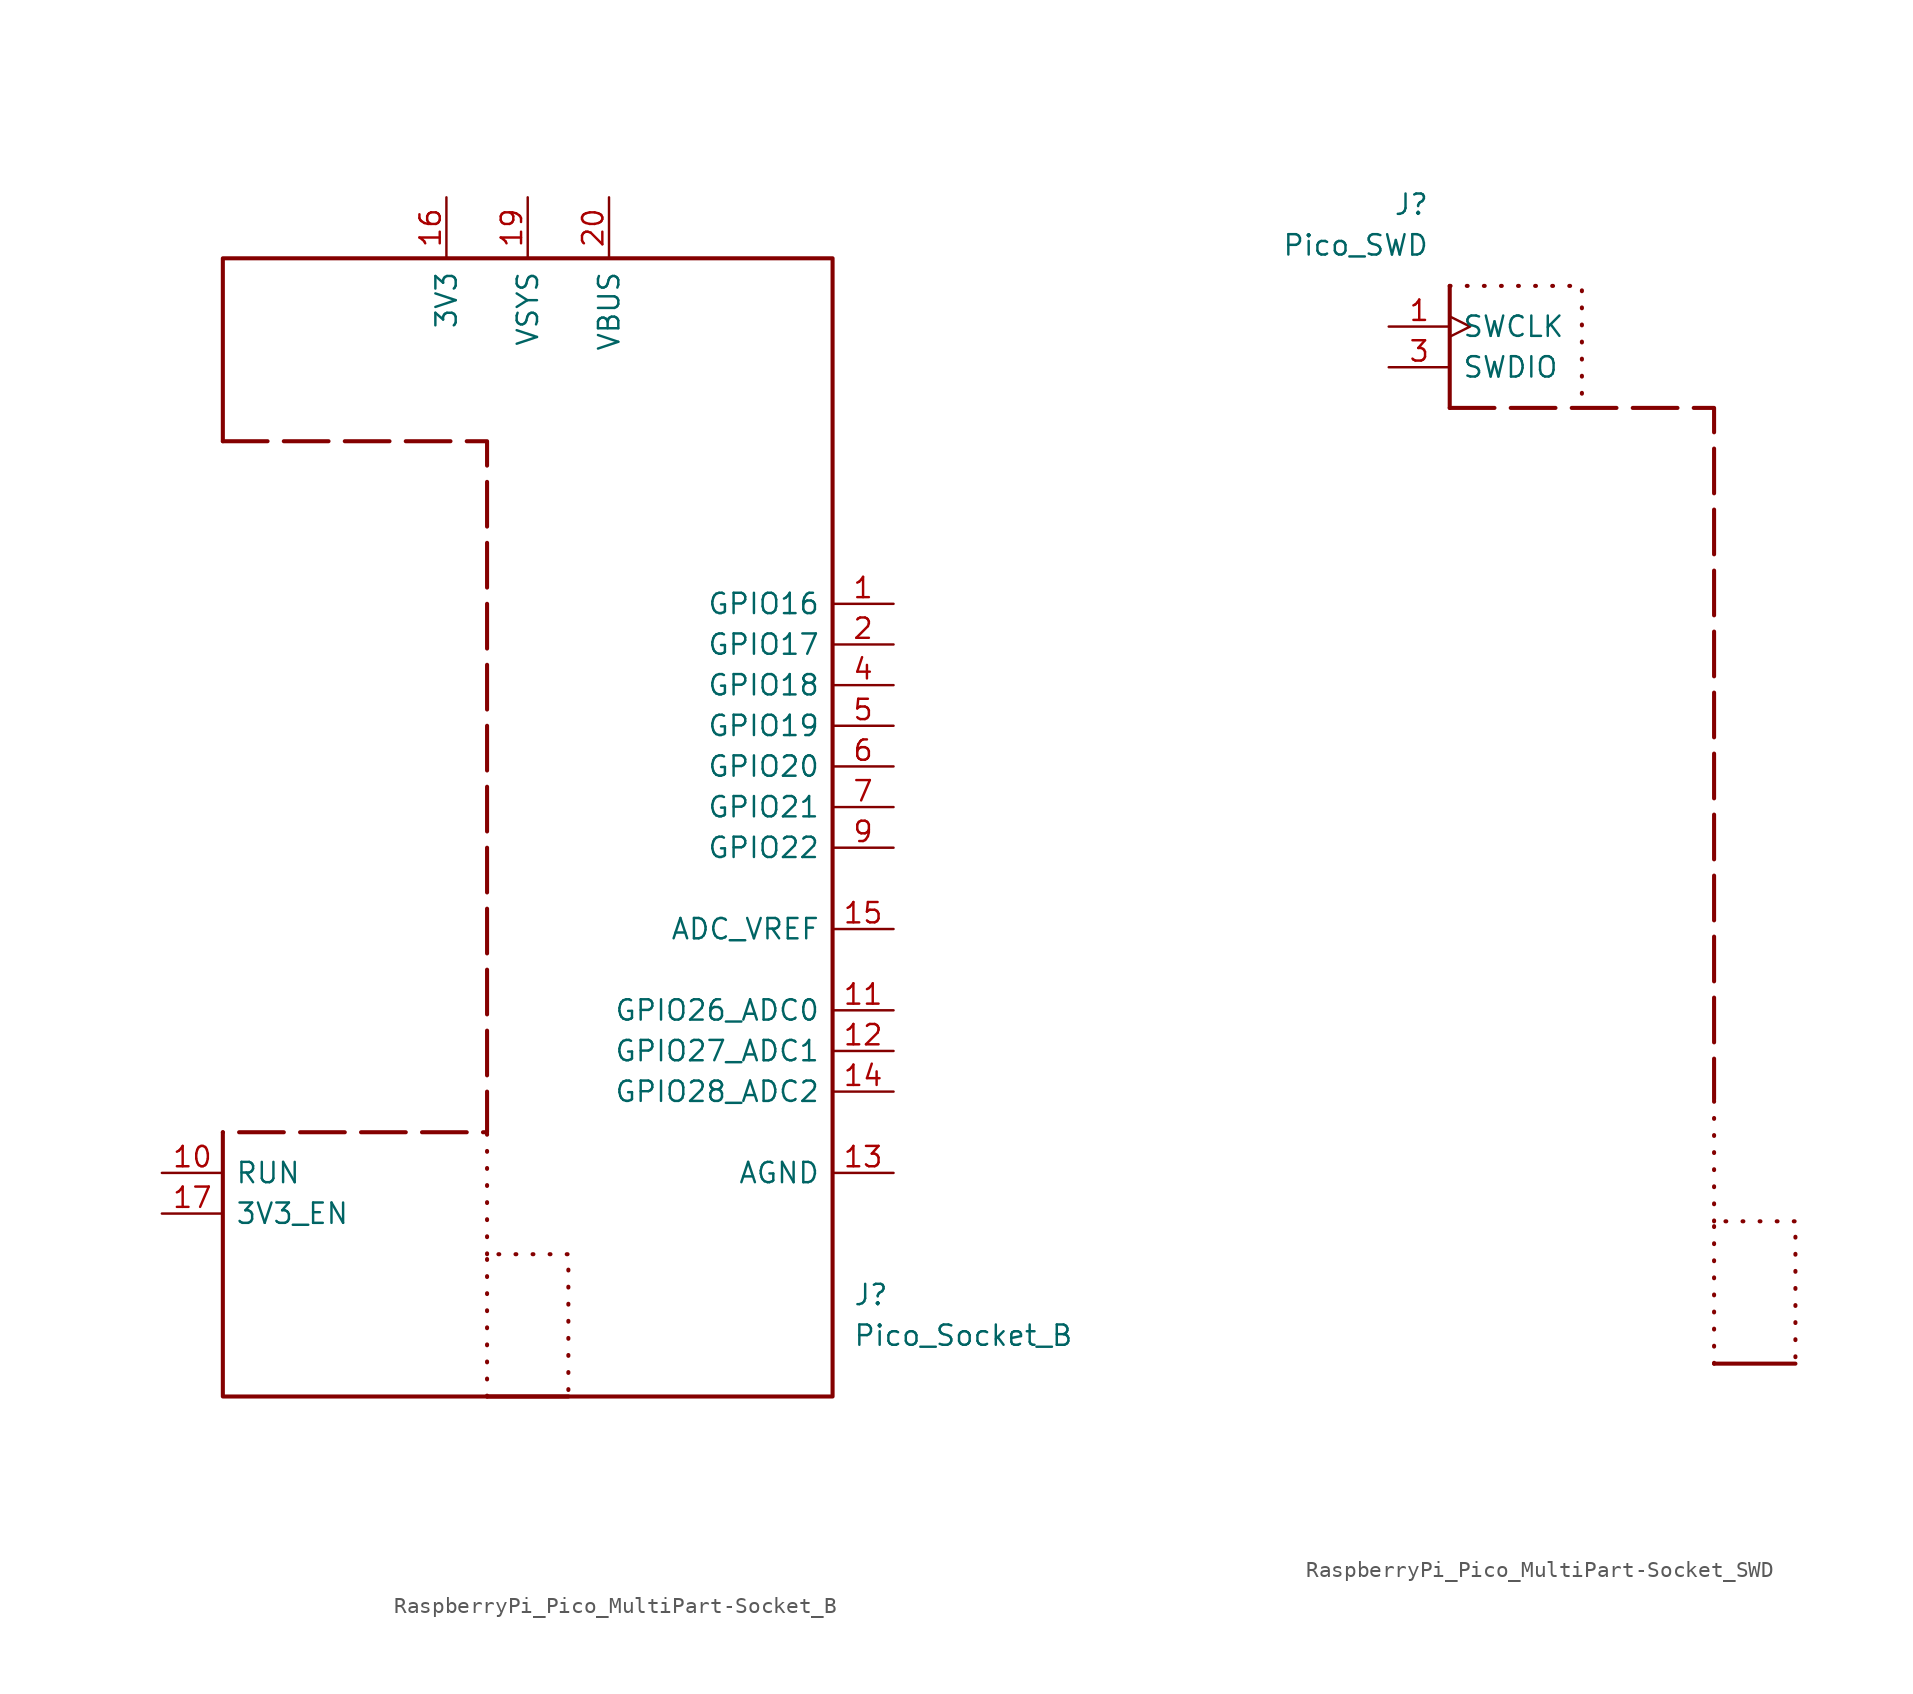
<source format=kicad_sym>
(kicad_symbol_lib
  (version 20231120)
  (generator "kicad_symbol_editor")
  (generator_version "8.0")
  (symbol "RaspberryPi_Pico_MultiPart-Socket_B"
    (pin_names
      (offset 0.762))
    (property "Reference" "J"
      (at 20.32 -27.94 0)
      (do_not_autoplace)
      (effects (font (size 1.27 1.27)) (justify left)))
    (property "Value" "Pico_Socket_B"
      (at 20.32 -30.48 0)
      (do_not_autoplace)
      (effects (font (size 1.27 1.27)) (justify left)))
    (symbol "RaspberryPi_Pico_MultiPart-Socket_B_1_1"
      (polyline (pts (xy -2.54 -34.29) (xy 2.54 -34.29)) (stroke (width 0.254) (type default)) (fill (type none)))
      (polyline (pts (xy -2.54 -25.4) (xy -2.54 -17.78)) (stroke (width 0.254) (type dot)) (fill (type none)))
      (polyline (pts (xy -19.05 25.4) (xy -2.54 25.4) (xy -2.54 -17.78) (xy -19.05 -17.78)) (stroke (width 0.254) (type dash)) (fill (type none)))
      (polyline (pts (xy -2.54 -34.29) (xy -2.54 -25.4) (xy 2.54 -25.4) (xy 2.54 -34.29)) (stroke (width 0.254) (type dot)) (fill (type none)))
      (polyline (pts (xy -19.05 -17.78) (xy -19.05 -34.29) (xy 19.05 -34.29) (xy 19.05 36.83) (xy -19.05 36.83) (xy -19.05 25.4)) (stroke (width 0.254) (type default)) (fill (type none)))
      (pin bidirectional line (at 22.86 15.24 180) (length 3.81) (name "GPIO16" (effects (font (size 1.27 1.27)))) (number "1" (effects (font (size 1.27 1.27)))) (alternate "I2C0_SDA" bidirectional line) (alternate "PWM0_A" output line) (alternate "SPI0_RX" input line) (alternate "UART0_TX" output line) (alternate "USB_VBUS_DET" input line))
      (pin input line (at -22.86 -20.32 0) (length 3.81) (name "RUN" (effects (font (size 1.27 1.27)))) (number "10" (effects (font (size 1.27 1.27)))) (alternate "~{RESET}" input line))
      (pin bidirectional line (at 22.86 -10.16 180) (length 3.81) (name "GPIO26_ADC0" (effects (font (size 1.27 1.27)))) (number "11" (effects (font (size 1.27 1.27)))) (alternate "ADC0" input line) (alternate "GPIO26" bidirectional line) (alternate "I2C1_SDA" bidirectional line) (alternate "PWM5_A" output line) (alternate "SPI1_SCK" bidirectional clock) (alternate "UART1_CTS" input line) (alternate "USB_VBUS_EN" output line))
      (pin bidirectional line (at 22.86 -12.7 180) (length 3.81) (name "GPIO27_ADC1" (effects (font (size 1.27 1.27)))) (number "12" (effects (font (size 1.27 1.27)))) (alternate "ADC1" input line) (alternate "GPIO27" bidirectional line) (alternate "I2C1_SCL" bidirectional clock) (alternate "PWM5_B" bidirectional line) (alternate "SPI1_TX" output line) (alternate "UART1_RTS" output line) (alternate "USB_OVCUR_DET" input line))
      (pin power_out line (at 22.86 -20.32 180) (length 3.81) (name "AGND" (effects (font (size 1.27 1.27)))) (number "13" (effects (font (size 1.27 1.27)))) (alternate "GND" passive line))
      (pin bidirectional line (at 22.86 -15.24 180) (length 3.81) (name "GPIO28_ADC2" (effects (font (size 1.27 1.27)))) (number "14" (effects (font (size 1.27 1.27)))) (alternate "ADC2" input line) (alternate "GPIO28" bidirectional line) (alternate "I2C0_SDA" bidirectional line) (alternate "PWM6_A" output line) (alternate "SPI1_RX" input line) (alternate "UART0_TX" output line) (alternate "USB_VBUS_DET" input line))
      (pin power_in line (at 22.86 -5.08 180) (length 3.81) (name "ADC_VREF" (effects (font (size 1.27 1.27)))) (number "15" (effects (font (size 1.27 1.27)))))
      (pin power_out line (at -5.08 40.64 270) (length 3.81) (name "3V3" (effects (font (size 1.27 1.27)))) (number "16" (effects (font (size 1.27 1.27)))))
      (pin input line (at -22.86 -22.86 0) (length 3.81) (name "3V3_EN" (effects (font (size 1.27 1.27)))) (number "17" (effects (font (size 1.27 1.27)))) (alternate "~{3V3_DISABLE}" input line))
      (pin passive line (at 0 -38.1 90) (length 3.81) hide (name "GND" (effects (font (size 1.27 1.27)))) (number "18" (effects (font (size 1.27 1.27)))))
      (pin power_in line (at 0 40.64 270) (length 3.81) (name "VSYS" (effects (font (size 1.27 1.27)))) (number "19" (effects (font (size 1.27 1.27)))) (alternate "VSYS_IN" power_in line) (alternate "VSYS_OUT" power_out line))
      (pin bidirectional line (at 22.86 12.7 180) (length 3.81) (name "GPIO17" (effects (font (size 1.27 1.27)))) (number "2" (effects (font (size 1.27 1.27)))) (alternate "I2C0_SCL" bidirectional clock) (alternate "PWM0_B" bidirectional line) (alternate "UART0_RX" input line) (alternate "USB_VBUS_EN" output line) (alternate "~{SPI0_CSn}" bidirectional line))
      (pin power_out line (at 5.08 40.64 270) (length 3.81) (name "VBUS" (effects (font (size 1.27 1.27)))) (number "20" (effects (font (size 1.27 1.27)))) (alternate "VBUS_HOST" power_in line))
      (pin passive line (at 0 -38.1 90) (length 3.81) hide (name "GND" (effects (font (size 1.27 1.27)))) (number "3" (effects (font (size 1.27 1.27)))))
      (pin bidirectional line (at 22.86 10.16 180) (length 3.81) (name "GPIO18" (effects (font (size 1.27 1.27)))) (number "4" (effects (font (size 1.27 1.27)))) (alternate "I2C1_SDA" bidirectional line) (alternate "PWM1_A" output line) (alternate "SPI0_SCK" bidirectional clock) (alternate "UART0_CTS" input line) (alternate "USB_OVCUR_DET" input line))
      (pin bidirectional line (at 22.86 7.62 180) (length 3.81) (name "GPIO19" (effects (font (size 1.27 1.27)))) (number "5" (effects (font (size 1.27 1.27)))) (alternate "I2C1_SCL" bidirectional clock) (alternate "PWM1_B" bidirectional line) (alternate "SPI0_TX" output line) (alternate "UART0_RTS" output line) (alternate "USB_VBUS_DET" input line))
      (pin bidirectional line (at 22.86 5.08 180) (length 3.81) (name "GPIO20" (effects (font (size 1.27 1.27)))) (number "6" (effects (font (size 1.27 1.27)))) (alternate "CLOCK_GPIN0" input clock) (alternate "I2C0_SDA" bidirectional line) (alternate "PWM2_A" output line) (alternate "SPI0_RX" input line) (alternate "UART1_TX" output line) (alternate "USB_VBUS_EN" output line))
      (pin bidirectional line (at 22.86 2.54 180) (length 3.81) (name "GPIO21" (effects (font (size 1.27 1.27)))) (number "7" (effects (font (size 1.27 1.27)))) (alternate "CLOCK_GPOUT0" output clock) (alternate "I2C0_SCL" bidirectional clock) (alternate "PWM2_B" bidirectional line) (alternate "UART1_RX" input line) (alternate "USB_OVCUR_DET" input line) (alternate "~{SPI0_CSn}" bidirectional line))
      (pin passive line (at 0 -38.1 90) (length 3.81) hide (name "GND" (effects (font (size 1.27 1.27)))) (number "8" (effects (font (size 1.27 1.27)))))
      (pin bidirectional line (at 22.86 0 180) (length 3.81) (name "GPIO22" (effects (font (size 1.27 1.27)))) (number "9" (effects (font (size 1.27 1.27)))) (alternate "CLOCK_GPIN1" input clock) (alternate "I2C1_SDA" bidirectional line) (alternate "PWM3_A" output line) (alternate "SPI0_SCK" bidirectional clock) (alternate "UART1_CTS" input line) (alternate "USB_VBUS_DET" input line))))
  (symbol "RaspberryPi_Pico_MultiPart-Socket_SWD"
    (pin_names
      (offset 0.762))
    (property "Reference" "J"
      (at -20.32 38.1 0)
      (do_not_autoplace)
      (effects (font (size 1.27 1.27)) (justify right)))
    (property "Value" "Pico_SWD"
      (at -20.32 35.56 0)
      (do_not_autoplace)
      (effects (font (size 1.27 1.27)) (justify right)))
    (symbol "RaspberryPi_Pico_MultiPart-Socket_SWD_1_1"
      (polyline (pts (xy -19.05 33.02) (xy -19.05 25.4)) (stroke (width 0.254) (type default)) (fill (type none)))
      (polyline (pts (xy -2.54 -34.29) (xy 2.54 -34.29)) (stroke (width 0.254) (type default)) (fill (type none)))
      (polyline (pts (xy -2.54 -25.4) (xy -2.54 -17.78)) (stroke (width 0.254) (type dot)) (fill (type none)))
      (polyline (pts (xy -19.05 25.4) (xy -2.54 25.4) (xy -2.54 -17.78)) (stroke (width 0.254) (type dash)) (fill (type none)))
      (polyline (pts (xy -19.05 33.02) (xy -10.795 33.02) (xy -10.795 25.4)) (stroke (width 0.254) (type dot)) (fill (type none)))
      (polyline (pts (xy -2.54 -34.29) (xy -2.54 -25.4) (xy 2.54 -25.4) (xy 2.54 -34.29)) (stroke (width 0.254) (type dot)) (fill (type none)))
      (pin input clock (at -22.86 30.48 0) (length 3.81) (name "SWCLK" (effects (font (size 1.27 1.27)))) (number "1" (effects (font (size 1.27 1.27)))))
      (pin passive line (at 0 -38.1 90) (length 3.81) hide (name "GND" (effects (font (size 1.27 1.27)))) (number "2" (effects (font (size 1.27 1.27)))))
      (pin bidirectional line (at -22.86 27.94 0) (length 3.81) (name "SWDIO" (effects (font (size 1.27 1.27)))) (number "3" (effects (font (size 1.27 1.27))))))))
</source>
